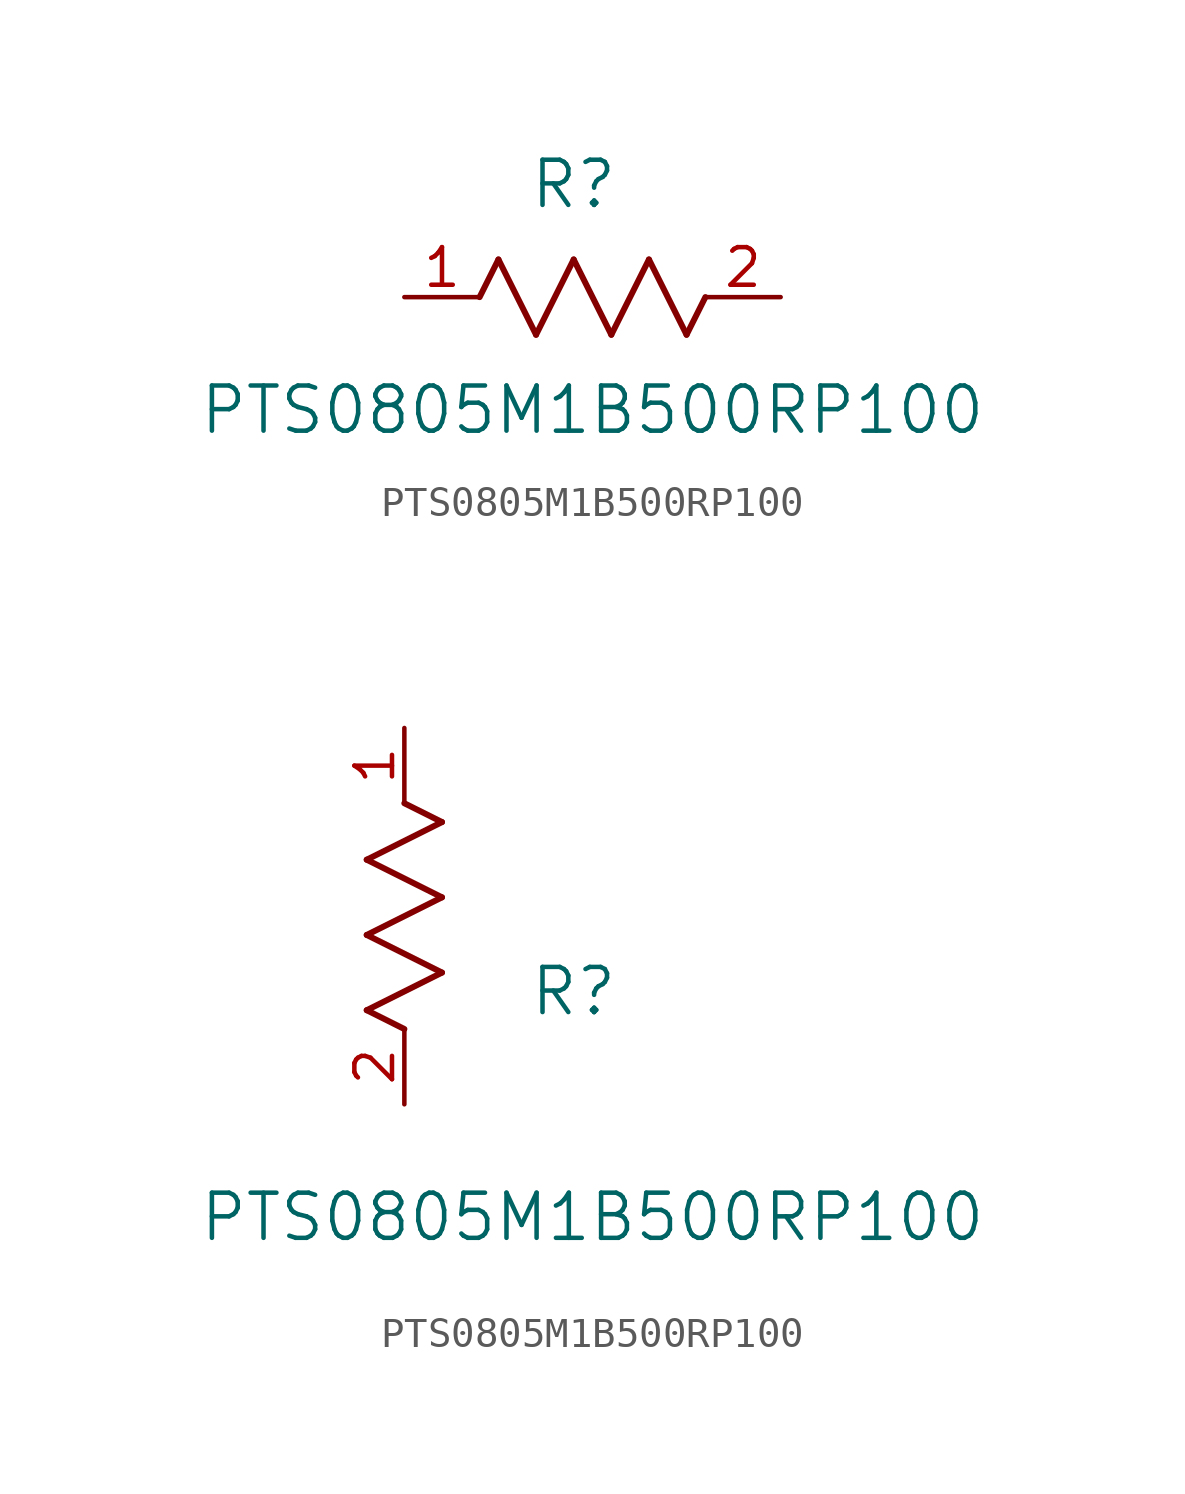
<source format=kicad_sym>
(kicad_symbol_lib
  (version 20211014)
  (generator kicad_symbol_editor)
  (symbol "PTS0805M1B500RP100"
    (pin_names
      (offset 0.254))
    (property "Reference" "R"
      (at 5.715 3.81 0)
      (effects (font (size 1.524 1.524))))
    (property "Value" "PTS0805M1B500RP100"
      (at 6.35 -3.81 0)
      (effects (font (size 1.524 1.524))))
    (symbol "PTS0805M1B500RP100_1_1"
      (polyline (pts (xy 3.175 1.27) (xy 4.445 -1.27)) (stroke (width 0.203) (type default) (color 0 0 0 0)) (fill (type none)))
      (polyline (pts (xy 4.445 -1.27) (xy 5.715 1.27)) (stroke (width 0.203) (type default) (color 0 0 0 0)) (fill (type none)))
      (polyline (pts (xy 5.715 1.27) (xy 6.985 -1.27)) (stroke (width 0.203) (type default) (color 0 0 0 0)) (fill (type none)))
      (polyline (pts (xy 6.985 -1.27) (xy 8.255 1.27)) (stroke (width 0.203) (type default) (color 0 0 0 0)) (fill (type none)))
      (polyline (pts (xy 8.255 1.27) (xy 9.525 -1.27)) (stroke (width 0.203) (type default) (color 0 0 0 0)) (fill (type none)))
      (polyline (pts (xy 2.54 0) (xy 3.175 1.27)) (stroke (width 0.203) (type default) (color 0 0 0 0)) (fill (type none)))
      (polyline (pts (xy 9.525 -1.27) (xy 10.16 0)) (stroke (width 0.203) (type default) (color 0 0 0 0)) (fill (type none)))
      (pin unspecified line (at 0 0 0) (length 2.54) (name "" (effects (font (size 1.27 1.27)))) (number "1" (effects (font (size 1.27 1.27)))))
      (pin unspecified line (at 12.7 0 180) (length 2.54) (name "" (effects (font (size 1.27 1.27)))) (number "2" (effects (font (size 1.27 1.27))))))
    (symbol "PTS0805M1B500RP100_1_2"
      (polyline (pts (xy 0 2.54) (xy -1.27 3.175)) (stroke (width 0.203) (type default) (color 0 0 0 0)) (fill (type none)))
      (polyline (pts (xy -1.27 3.175) (xy 1.27 4.445)) (stroke (width 0.203) (type default) (color 0 0 0 0)) (fill (type none)))
      (polyline (pts (xy 1.27 4.445) (xy -1.27 5.715)) (stroke (width 0.203) (type default) (color 0 0 0 0)) (fill (type none)))
      (polyline (pts (xy -1.27 5.715) (xy 1.27 6.985)) (stroke (width 0.203) (type default) (color 0 0 0 0)) (fill (type none)))
      (polyline (pts (xy -1.27 8.255) (xy 1.27 9.525)) (stroke (width 0.203) (type default) (color 0 0 0 0)) (fill (type none)))
      (polyline (pts (xy 1.27 9.525) (xy 0 10.16)) (stroke (width 0.203) (type default) (color 0 0 0 0)) (fill (type none)))
      (polyline (pts (xy 1.27 6.985) (xy -1.27 8.255)) (stroke (width 0.203) (type default) (color 0 0 0 0)) (fill (type none)))
      (pin unspecified line (at 0 12.7 270) (length 2.54) (name "" (effects (font (size 1.27 1.27)))) (number "1" (effects (font (size 1.27 1.27)))))
      (pin unspecified line (at 0 0 90) (length 2.54) (name "" (effects (font (size 1.27 1.27)))) (number "2" (effects (font (size 1.27 1.27))))))))
</source>
